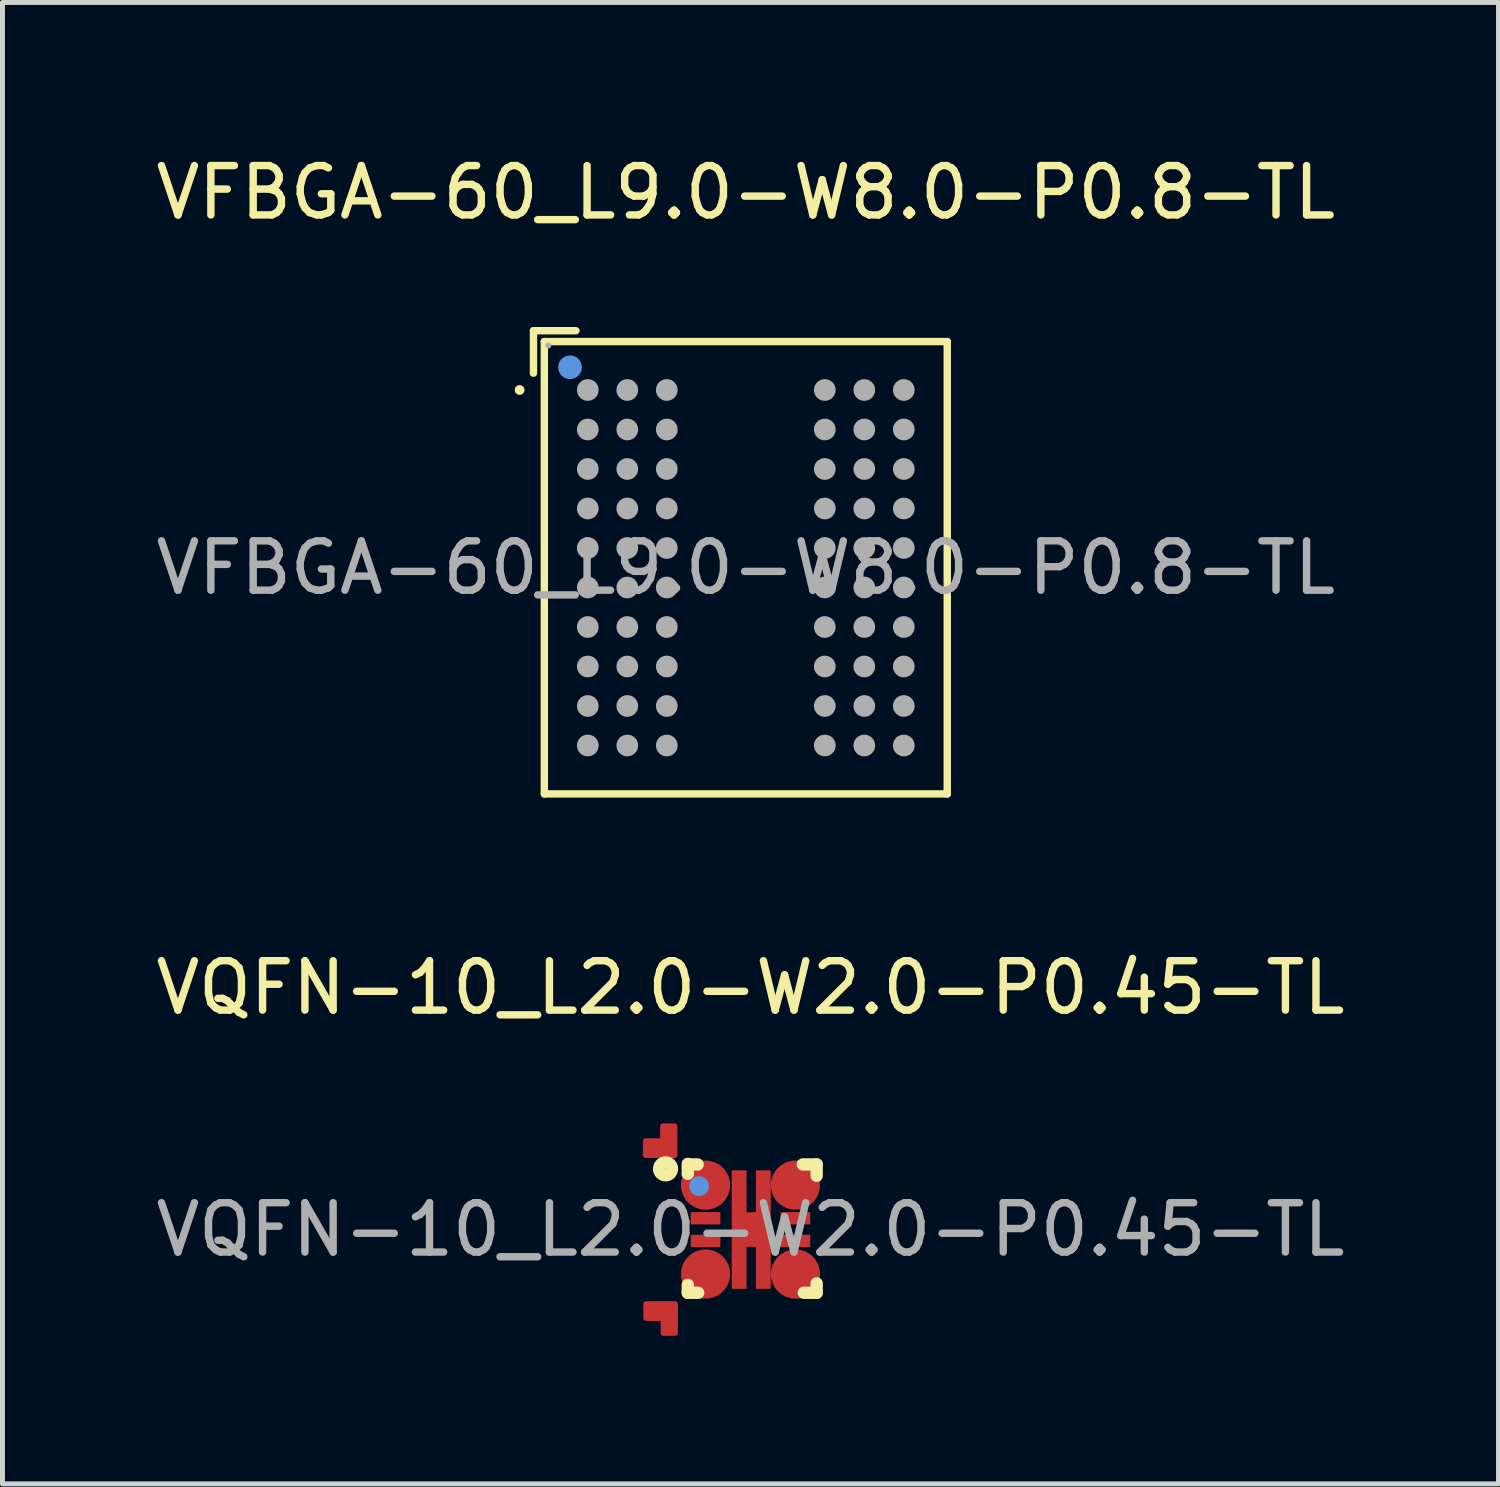
<source format=kicad_pcb>
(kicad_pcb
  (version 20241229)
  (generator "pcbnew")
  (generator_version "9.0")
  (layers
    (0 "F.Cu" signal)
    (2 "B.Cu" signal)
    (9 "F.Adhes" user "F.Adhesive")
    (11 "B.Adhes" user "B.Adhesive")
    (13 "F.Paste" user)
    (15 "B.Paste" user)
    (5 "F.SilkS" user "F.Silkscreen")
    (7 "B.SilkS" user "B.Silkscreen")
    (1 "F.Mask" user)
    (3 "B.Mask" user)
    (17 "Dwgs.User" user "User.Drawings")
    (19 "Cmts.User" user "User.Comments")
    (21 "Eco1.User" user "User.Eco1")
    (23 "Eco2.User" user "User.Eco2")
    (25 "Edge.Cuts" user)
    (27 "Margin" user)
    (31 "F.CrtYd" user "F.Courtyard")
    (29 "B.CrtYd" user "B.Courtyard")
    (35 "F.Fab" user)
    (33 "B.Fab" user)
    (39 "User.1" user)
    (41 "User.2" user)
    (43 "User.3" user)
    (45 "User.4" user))
  (footprint "VFBGA-60_L9.0-W8.0-P0.8-TL"
    (layer "F.Cu")
    (at 12.054 8.448)
    (property "Reference" "VFBGA-60_L9.0-W8.0-P0.8-TL" (at 0 -7.6 0) (layer "F.SilkS") (effects (font (size 1 1) (thickness 0.15))))
    (attr smd)
    (fp_line (start -4.3 -4.8) (end -3.44 -4.8) (stroke (width 0.15) (type solid)) (layer "F.SilkS"))
    (fp_line (start -4.3 -3.94) (end -4.3 -4.8) (stroke (width 0.15) (type solid)) (layer "F.SilkS"))
    (fp_line (start -4.08 -4.58) (end 4.08 -4.58) (stroke (width 0.15) (type solid)) (layer "F.SilkS"))
    (fp_line (start -4.08 4.58) (end -4.08 -4.58) (stroke (width 0.15) (type solid)) (layer "F.SilkS"))
    (fp_line (start 4.08 -4.58) (end 4.08 4.58) (stroke (width 0.15) (type solid)) (layer "F.SilkS"))
    (fp_line (start 4.08 4.58) (end -4.08 4.58) (stroke (width 0.15) (type solid)) (layer "F.SilkS"))
    (fp_circle (center -4.58 -3.6) (end -4.53 -3.6) (stroke (width 0.1) (type solid)) (fill no) (layer "F.SilkS"))
    (fp_circle (center -3.56 -4.06) (end -3.44 -4.06) (stroke (width 0.24) (type solid)) (fill no) (layer "Cmts.User"))
    (fp_circle (center -4 -4.5) (end -3.97 -4.5) (stroke (width 0.06) (type solid)) (fill no) (layer "F.Fab"))
    (fp_circle (center -3.2 -3.6) (end -3.09 -3.6) (stroke (width 0.22) (type solid)) (fill no) (layer "F.Fab"))
    (fp_circle (center -3.2 -2.8) (end -3.09 -2.8) (stroke (width 0.22) (type solid)) (fill no) (layer "F.Fab"))
    (fp_circle (center -3.2 -2) (end -3.09 -2) (stroke (width 0.22) (type solid)) (fill no) (layer "F.Fab"))
    (fp_circle (center -3.2 -1.2) (end -3.09 -1.2) (stroke (width 0.22) (type solid)) (fill no) (layer "F.Fab"))
    (fp_circle (center -3.2 -0.4) (end -3.09 -0.4) (stroke (width 0.22) (type solid)) (fill no) (layer "F.Fab"))
    (fp_circle (center -3.2 0.4) (end -3.09 0.4) (stroke (width 0.22) (type solid)) (fill no) (layer "F.Fab"))
    (fp_circle (center -3.2 1.2) (end -3.09 1.2) (stroke (width 0.22) (type solid)) (fill no) (layer "F.Fab"))
    (fp_circle (center -3.2 2) (end -3.09 2) (stroke (width 0.22) (type solid)) (fill no) (layer "F.Fab"))
    (fp_circle (center -3.2 2.8) (end -3.09 2.8) (stroke (width 0.22) (type solid)) (fill no) (layer "F.Fab"))
    (fp_circle (center -3.2 3.6) (end -3.09 3.6) (stroke (width 0.22) (type solid)) (fill no) (layer "F.Fab"))
    (fp_circle (center -2.4 -3.6) (end -2.29 -3.6) (stroke (width 0.22) (type solid)) (fill no) (layer "F.Fab"))
    (fp_circle (center -2.4 -2.8) (end -2.29 -2.8) (stroke (width 0.22) (type solid)) (fill no) (layer "F.Fab"))
    (fp_circle (center -2.4 -2) (end -2.29 -2) (stroke (width 0.22) (type solid)) (fill no) (layer "F.Fab"))
    (fp_circle (center -2.4 -1.2) (end -2.29 -1.2) (stroke (width 0.22) (type solid)) (fill no) (layer "F.Fab"))
    (fp_circle (center -2.4 -0.4) (end -2.29 -0.4) (stroke (width 0.22) (type solid)) (fill no) (layer "F.Fab"))
    (fp_circle (center -2.4 0.4) (end -2.29 0.4) (stroke (width 0.22) (type solid)) (fill no) (layer "F.Fab"))
    (fp_circle (center -2.4 1.2) (end -2.29 1.2) (stroke (width 0.22) (type solid)) (fill no) (layer "F.Fab"))
    (fp_circle (center -2.4 2) (end -2.29 2) (stroke (width 0.22) (type solid)) (fill no) (layer "F.Fab"))
    (fp_circle (center -2.4 2.8) (end -2.29 2.8) (stroke (width 0.22) (type solid)) (fill no) (layer "F.Fab"))
    (fp_circle (center -2.4 3.6) (end -2.29 3.6) (stroke (width 0.22) (type solid)) (fill no) (layer "F.Fab"))
    (fp_circle (center -1.6 -3.6) (end -1.49 -3.6) (stroke (width 0.22) (type solid)) (fill no) (layer "F.Fab"))
    (fp_circle (center -1.6 -2.8) (end -1.49 -2.8) (stroke (width 0.22) (type solid)) (fill no) (layer "F.Fab"))
    (fp_circle (center -1.6 -2) (end -1.49 -2) (stroke (width 0.22) (type solid)) (fill no) (layer "F.Fab"))
    (fp_circle (center -1.6 -1.2) (end -1.49 -1.2) (stroke (width 0.22) (type solid)) (fill no) (layer "F.Fab"))
    (fp_circle (center -1.6 -0.4) (end -1.49 -0.4) (stroke (width 0.22) (type solid)) (fill no) (layer "F.Fab"))
    (fp_circle (center -1.6 0.4) (end -1.49 0.4) (stroke (width 0.22) (type solid)) (fill no) (layer "F.Fab"))
    (fp_circle (center -1.6 1.2) (end -1.49 1.2) (stroke (width 0.22) (type solid)) (fill no) (layer "F.Fab"))
    (fp_circle (center -1.6 2) (end -1.49 2) (stroke (width 0.22) (type solid)) (fill no) (layer "F.Fab"))
    (fp_circle (center -1.6 2.8) (end -1.49 2.8) (stroke (width 0.22) (type solid)) (fill no) (layer "F.Fab"))
    (fp_circle (center -1.6 3.6) (end -1.49 3.6) (stroke (width 0.22) (type solid)) (fill no) (layer "F.Fab"))
    (fp_circle (center 1.6 -3.6) (end 1.71 -3.6) (stroke (width 0.22) (type solid)) (fill no) (layer "F.Fab"))
    (fp_circle (center 1.6 -2.8) (end 1.71 -2.8) (stroke (width 0.22) (type solid)) (fill no) (layer "F.Fab"))
    (fp_circle (center 1.6 -2) (end 1.71 -2) (stroke (width 0.22) (type solid)) (fill no) (layer "F.Fab"))
    (fp_circle (center 1.6 -1.2) (end 1.71 -1.2) (stroke (width 0.22) (type solid)) (fill no) (layer "F.Fab"))
    (fp_circle (center 1.6 -0.4) (end 1.71 -0.4) (stroke (width 0.22) (type solid)) (fill no) (layer "F.Fab"))
    (fp_circle (center 1.6 0.4) (end 1.71 0.4) (stroke (width 0.22) (type solid)) (fill no) (layer "F.Fab"))
    (fp_circle (center 1.6 1.2) (end 1.71 1.2) (stroke (width 0.22) (type solid)) (fill no) (layer "F.Fab"))
    (fp_circle (center 1.6 2) (end 1.71 2) (stroke (width 0.22) (type solid)) (fill no) (layer "F.Fab"))
    (fp_circle (center 1.6 2.8) (end 1.71 2.8) (stroke (width 0.22) (type solid)) (fill no) (layer "F.Fab"))
    (fp_circle (center 1.6 3.6) (end 1.71 3.6) (stroke (width 0.22) (type solid)) (fill no) (layer "F.Fab"))
    (fp_circle (center 2.4 -3.6) (end 2.51 -3.6) (stroke (width 0.22) (type solid)) (fill no) (layer "F.Fab"))
    (fp_circle (center 2.4 -2.8) (end 2.51 -2.8) (stroke (width 0.22) (type solid)) (fill no) (layer "F.Fab"))
    (fp_circle (center 2.4 -2) (end 2.51 -2) (stroke (width 0.22) (type solid)) (fill no) (layer "F.Fab"))
    (fp_circle (center 2.4 -1.2) (end 2.51 -1.2) (stroke (width 0.22) (type solid)) (fill no) (layer "F.Fab"))
    (fp_circle (center 2.4 -0.4) (end 2.51 -0.4) (stroke (width 0.22) (type solid)) (fill no) (layer "F.Fab"))
    (fp_circle (center 2.4 0.4) (end 2.51 0.4) (stroke (width 0.22) (type solid)) (fill no) (layer "F.Fab"))
    (fp_circle (center 2.4 1.2) (end 2.51 1.2) (stroke (width 0.22) (type solid)) (fill no) (layer "F.Fab"))
    (fp_circle (center 2.4 2) (end 2.51 2) (stroke (width 0.22) (type solid)) (fill no) (layer "F.Fab"))
    (fp_circle (center 2.4 2.8) (end 2.51 2.8) (stroke (width 0.22) (type solid)) (fill no) (layer "F.Fab"))
    (fp_circle (center 2.4 3.6) (end 2.51 3.6) (stroke (width 0.22) (type solid)) (fill no) (layer "F.Fab"))
    (fp_circle (center 3.2 -3.6) (end 3.31 -3.6) (stroke (width 0.22) (type solid)) (fill no) (layer "F.Fab"))
    (fp_circle (center 3.2 -2.8) (end 3.31 -2.8) (stroke (width 0.22) (type solid)) (fill no) (layer "F.Fab"))
    (fp_circle (center 3.2 -2) (end 3.31 -2) (stroke (width 0.22) (type solid)) (fill no) (layer "F.Fab"))
    (fp_circle (center 3.2 -1.2) (end 3.31 -1.2) (stroke (width 0.22) (type solid)) (fill no) (layer "F.Fab"))
    (fp_circle (center 3.2 -0.4) (end 3.31 -0.4) (stroke (width 0.22) (type solid)) (fill no) (layer "F.Fab"))
    (fp_circle (center 3.2 0.4) (end 3.31 0.4) (stroke (width 0.22) (type solid)) (fill no) (layer "F.Fab"))
    (fp_circle (center 3.2 1.2) (end 3.31 1.2) (stroke (width 0.22) (type solid)) (fill no) (layer "F.Fab"))
    (fp_circle (center 3.2 2) (end 3.31 2) (stroke (width 0.22) (type solid)) (fill no) (layer "F.Fab"))
    (fp_circle (center 3.2 2.8) (end 3.31 2.8) (stroke (width 0.22) (type solid)) (fill no) (layer "F.Fab"))
    (fp_circle (center 3.2 3.6) (end 3.31 3.6) (stroke (width 0.22) (type solid)) (fill no) (layer "F.Fab"))
    (fp_text user "${REFERENCE}" (at 0 0 0) (layer "F.Fab") (effects (font (size 1 1) (thickness 0.15))))
    (pad "A1" smd circle (at -3.2 -3.6) (size 0.36 0.36) (layers "F.Cu" "F.Mask" "F.Paste"))
    (pad "A2" smd circle (at -2.4 -3.6) (size 0.36 0.36) (layers "F.Cu" "F.Mask" "F.Paste"))
    (pad "A3" smd circle (at -1.6 -3.6) (size 0.36 0.36) (layers "F.Cu" "F.Mask" "F.Paste"))
    (pad "A7" smd circle (at 1.6 -3.6) (size 0.36 0.36) (layers "F.Cu" "F.Mask" "F.Paste"))
    (pad "A8" smd circle (at 2.4 -3.6) (size 0.36 0.36) (layers "F.Cu" "F.Mask" "F.Paste"))
    (pad "A9" smd circle (at 3.2 -3.6) (size 0.36 0.36) (layers "F.Cu" "F.Mask" "F.Paste"))
    (pad "B1" smd circle (at -3.2 -2.8) (size 0.36 0.36) (layers "F.Cu" "F.Mask" "F.Paste"))
    (pad "B2" smd circle (at -2.4 -2.8) (size 0.36 0.36) (layers "F.Cu" "F.Mask" "F.Paste"))
    (pad "B3" smd circle (at -1.6 -2.8) (size 0.36 0.36) (layers "F.Cu" "F.Mask" "F.Paste"))
    (pad "B7" smd circle (at 1.6 -2.8) (size 0.36 0.36) (layers "F.Cu" "F.Mask" "F.Paste"))
    (pad "B8" smd circle (at 2.4 -2.8) (size 0.36 0.36) (layers "F.Cu" "F.Mask" "F.Paste"))
    (pad "B9" smd circle (at 3.2 -2.8) (size 0.36 0.36) (layers "F.Cu" "F.Mask" "F.Paste"))
    (pad "C1" smd circle (at -3.2 -2) (size 0.36 0.36) (layers "F.Cu" "F.Mask" "F.Paste"))
    (pad "C2" smd circle (at -2.4 -2) (size 0.36 0.36) (layers "F.Cu" "F.Mask" "F.Paste"))
    (pad "C3" smd circle (at -1.6 -2) (size 0.36 0.36) (layers "F.Cu" "F.Mask" "F.Paste"))
    (pad "C7" smd circle (at 1.6 -2) (size 0.36 0.36) (layers "F.Cu" "F.Mask" "F.Paste"))
    (pad "C8" smd circle (at 2.4 -2) (size 0.36 0.36) (layers "F.Cu" "F.Mask" "F.Paste"))
    (pad "C9" smd circle (at 3.2 -2) (size 0.36 0.36) (layers "F.Cu" "F.Mask" "F.Paste"))
    (pad "D1" smd circle (at -3.2 -1.2) (size 0.36 0.36) (layers "F.Cu" "F.Mask" "F.Paste"))
    (pad "D2" smd circle (at -2.4 -1.2) (size 0.36 0.36) (layers "F.Cu" "F.Mask" "F.Paste"))
    (pad "D3" smd circle (at -1.6 -1.2) (size 0.36 0.36) (layers "F.Cu" "F.Mask" "F.Paste"))
    (pad "D7" smd circle (at 1.6 -1.2) (size 0.36 0.36) (layers "F.Cu" "F.Mask" "F.Paste"))
    (pad "D8" smd circle (at 2.4 -1.2) (size 0.36 0.36) (layers "F.Cu" "F.Mask" "F.Paste"))
    (pad "D9" smd circle (at 3.2 -1.2) (size 0.36 0.36) (layers "F.Cu" "F.Mask" "F.Paste"))
    (pad "E1" smd circle (at -3.2 -0.4) (size 0.36 0.36) (layers "F.Cu" "F.Mask" "F.Paste"))
    (pad "E2" smd circle (at -2.4 -0.4) (size 0.36 0.36) (layers "F.Cu" "F.Mask" "F.Paste"))
    (pad "E3" smd circle (at -1.6 -0.4) (size 0.36 0.36) (layers "F.Cu" "F.Mask" "F.Paste"))
    (pad "E7" smd circle (at 1.6 -0.4) (size 0.36 0.36) (layers "F.Cu" "F.Mask" "F.Paste"))
    (pad "E8" smd circle (at 2.4 -0.4) (size 0.36 0.36) (layers "F.Cu" "F.Mask" "F.Paste"))
    (pad "E9" smd circle (at 3.2 -0.4) (size 0.36 0.36) (layers "F.Cu" "F.Mask" "F.Paste"))
    (pad "F1" smd circle (at -3.2 0.4) (size 0.36 0.36) (layers "F.Cu" "F.Mask" "F.Paste"))
    (pad "F2" smd circle (at -2.4 0.4) (size 0.36 0.36) (layers "F.Cu" "F.Mask" "F.Paste"))
    (pad "F3" smd circle (at -1.6 0.4) (size 0.36 0.36) (layers "F.Cu" "F.Mask" "F.Paste"))
    (pad "F7" smd circle (at 1.6 0.4) (size 0.36 0.36) (layers "F.Cu" "F.Mask" "F.Paste"))
    (pad "F8" smd circle (at 2.4 0.4) (size 0.36 0.36) (layers "F.Cu" "F.Mask" "F.Paste"))
    (pad "F9" smd circle (at 3.2 0.4) (size 0.36 0.36) (layers "F.Cu" "F.Mask" "F.Paste"))
    (pad "G1" smd circle (at -3.2 1.2) (size 0.36 0.36) (layers "F.Cu" "F.Mask" "F.Paste"))
    (pad "G2" smd circle (at -2.4 1.2) (size 0.36 0.36) (layers "F.Cu" "F.Mask" "F.Paste"))
    (pad "G3" smd circle (at -1.6 1.2) (size 0.36 0.36) (layers "F.Cu" "F.Mask" "F.Paste"))
    (pad "G7" smd circle (at 1.6 1.2) (size 0.36 0.36) (layers "F.Cu" "F.Mask" "F.Paste"))
    (pad "G8" smd circle (at 2.4 1.2) (size 0.36 0.36) (layers "F.Cu" "F.Mask" "F.Paste"))
    (pad "G9" smd circle (at 3.2 1.2) (size 0.36 0.36) (layers "F.Cu" "F.Mask" "F.Paste"))
    (pad "H1" smd circle (at -3.2 2) (size 0.36 0.36) (layers "F.Cu" "F.Mask" "F.Paste"))
    (pad "H2" smd circle (at -2.4 2) (size 0.36 0.36) (layers "F.Cu" "F.Mask" "F.Paste"))
    (pad "H3" smd circle (at -1.6 2) (size 0.36 0.36) (layers "F.Cu" "F.Mask" "F.Paste"))
    (pad "H7" smd circle (at 1.6 2) (size 0.36 0.36) (layers "F.Cu" "F.Mask" "F.Paste"))
    (pad "H8" smd circle (at 2.4 2) (size 0.36 0.36) (layers "F.Cu" "F.Mask" "F.Paste"))
    (pad "H9" smd circle (at 3.2 2) (size 0.36 0.36) (layers "F.Cu" "F.Mask" "F.Paste"))
    (pad "J1" smd circle (at -3.2 2.8) (size 0.36 0.36) (layers "F.Cu" "F.Mask" "F.Paste"))
    (pad "J2" smd circle (at -2.4 2.8) (size 0.36 0.36) (layers "F.Cu" "F.Mask" "F.Paste"))
    (pad "J3" smd circle (at -1.6 2.8) (size 0.36 0.36) (layers "F.Cu" "F.Mask" "F.Paste"))
    (pad "J7" smd circle (at 1.6 2.8) (size 0.36 0.36) (layers "F.Cu" "F.Mask" "F.Paste"))
    (pad "J8" smd circle (at 2.4 2.8) (size 0.36 0.36) (layers "F.Cu" "F.Mask" "F.Paste"))
    (pad "J9" smd circle (at 3.2 2.8) (size 0.36 0.36) (layers "F.Cu" "F.Mask" "F.Paste"))
    (pad "K1" smd circle (at -3.2 3.6) (size 0.36 0.36) (layers "F.Cu" "F.Mask" "F.Paste"))
    (pad "K2" smd circle (at -2.4 3.6) (size 0.36 0.36) (layers "F.Cu" "F.Mask" "F.Paste"))
    (pad "K3" smd circle (at -1.6 3.6) (size 0.36 0.36) (layers "F.Cu" "F.Mask" "F.Paste"))
    (pad "K7" smd circle (at 1.6 3.6) (size 0.36 0.36) (layers "F.Cu" "F.Mask" "F.Paste"))
    (pad "K8" smd circle (at 2.4 3.6) (size 0.36 0.36) (layers "F.Cu" "F.Mask" "F.Paste"))
    (pad "K9" smd circle (at 3.2 3.6) (size 0.36 0.36) (layers "F.Cu" "F.Mask" "F.Paste")))
  (footprint "VQFN-10_L2.0-W2.0-P0.45-TL"
    (layer "F.Cu")
    (at 12.149 21.852)
    (property "Reference" "VQFN-10_L2.0-W2.0-P0.45-TL" (at 0 -4.9 0) (layer "F.SilkS") (effects (font (size 1 1) (thickness 0.15))))
    (attr smd)
    (fp_line (start -1.27 -1.13) (end -1.27 -1.33) (stroke (width 0.25) (type solid)) (layer "F.SilkS"))
    (fp_line (start -1.27 1.28) (end -1.27 1.12) (stroke (width 0.25) (type solid)) (layer "F.SilkS"))
    (fp_line (start -1.23 -1.32) (end -1.07 -1.32) (stroke (width 0.25) (type solid)) (layer "F.SilkS"))
    (fp_line (start -1.06 1.28) (end -1.27 1.28) (stroke (width 0.25) (type solid)) (layer "F.SilkS"))
    (fp_line (start 1.06 -1.32) (end 1.34 -1.32) (stroke (width 0.25) (type solid)) (layer "F.SilkS"))
    (fp_line (start 1.34 -1.32) (end 1.34 -1.09) (stroke (width 0.25) (type solid)) (layer "F.SilkS"))
    (fp_line (start 1.34 1.09) (end 1.34 1.28) (stroke (width 0.25) (type solid)) (layer "F.SilkS"))
    (fp_line (start 1.34 1.28) (end 1.08 1.28) (stroke (width 0.25) (type solid)) (layer "F.SilkS"))
    (fp_circle (center -1.72 -1.23) (end -1.59 -1.23) (stroke (width 0.25) (type solid)) (fill no) (layer "F.SilkS"))
    (fp_circle (center -1.04 -0.88) (end -0.94 -0.88) (stroke (width 0.2) (type solid)) (fill no) (layer "Cmts.User"))
    (fp_circle (center -1 -1) (end -0.97 -1) (stroke (width 0.06) (type solid)) (fill no) (layer "F.Fab"))
    (fp_text user "${REFERENCE}" (at 0 0 0) (layer "F.Fab") (effects (font (size 1 1) (thickness 0.15))))
    (pad "1" smd custom (at -0.91 -0.9) (size 1 1) (layers "F.Cu" "F.Mask" "F.Paste") (options (anchor circle)) (primitives (gr_poly (pts (xy -0.87 -1.2) (xy -0.87 -0.9) (xy -1.22 -0.9) (xy -1.22 -0.6) (xy -0.87 -0.6) (xy -0.62 -0.6) (xy -0.62 -0.9) (xy -0.62 -1.2) (xy -0.87 -1.2)) (width 0.1) (fill yes))))
    (pad "2" smd rect (at -0.91 -0.23 270) (size 0.25 0.6) (layers "F.Cu" "F.Mask" "F.Paste"))
    (pad "3" smd rect (at -0.91 0.23 270) (size 0.25 0.6) (layers "F.Cu" "F.Mask" "F.Paste"))
    (pad "4" smd custom (at -0.91 0.9) (size 1 1) (layers "F.Cu" "F.Mask" "F.Paste") (options (anchor circle)) (primitives (gr_poly (pts (xy -0.86 1.2) (xy -0.86 0.9) (xy -1.21 0.9) (xy -1.21 0.6) (xy -0.86 0.6) (xy -0.61 0.6) (xy -0.61 0.9) (xy -0.61 1.2) (xy -0.86 1.2)) (width 0.1) (fill yes))))
    (pad "5" smd rect (at -0.23 0) (size 0.3 2.4) (layers "F.Cu" "F.Mask" "F.Paste"))
    (pad "6" smd rect (at 0.26 0) (size 0.3 2.4) (layers "F.Cu" "F.Mask" "F.Paste"))
    (pad "7" smd custom (at 0.91 0.9 180) (size 1 1) (layers "F.Cu" "F.Mask" "F.Paste") (options (anchor circle)) (primitives (gr_poly (pts (xy 0.86 1.2) (xy 0.86 0.9) (xy 1.21 0.9) (xy 1.21 0.6) (xy 0.86 0.6) (xy 0.61 0.6) (xy 0.61 0.9) (xy 0.61 1.2) (xy 0.86 1.2)) (width 0.1) (fill yes))))
    (pad "8" smd rect (at 0.91 0.23 270) (size 0.25 0.6) (layers "F.Cu" "F.Mask" "F.Paste"))
    (pad "9" smd rect (at 0.91 -0.23 270) (size 0.25 0.6) (layers "F.Cu" "F.Mask" "F.Paste"))
    (pad "10" smd custom (at 0.91 -0.9 180) (size 1 1) (layers "F.Cu" "F.Mask" "F.Paste") (options (anchor circle)) (primitives (gr_poly (pts (xy 0.86 -1.2) (xy 0.86 -0.9) (xy 1.21 -0.9) (xy 1.21 -0.6) (xy 0.86 -0.6) (xy 0.61 -0.6) (xy 0.61 -0.9) (xy 0.61 -1.2) (xy 0.86 -1.2)) (width 0.1) (fill yes)))))
  (gr_rect
    (start -3 -3)
    (end 27.298 27.002)
    (stroke (width 0.1) (type default))
    (fill no)
    (layer "Edge.Cuts")))
</source>
